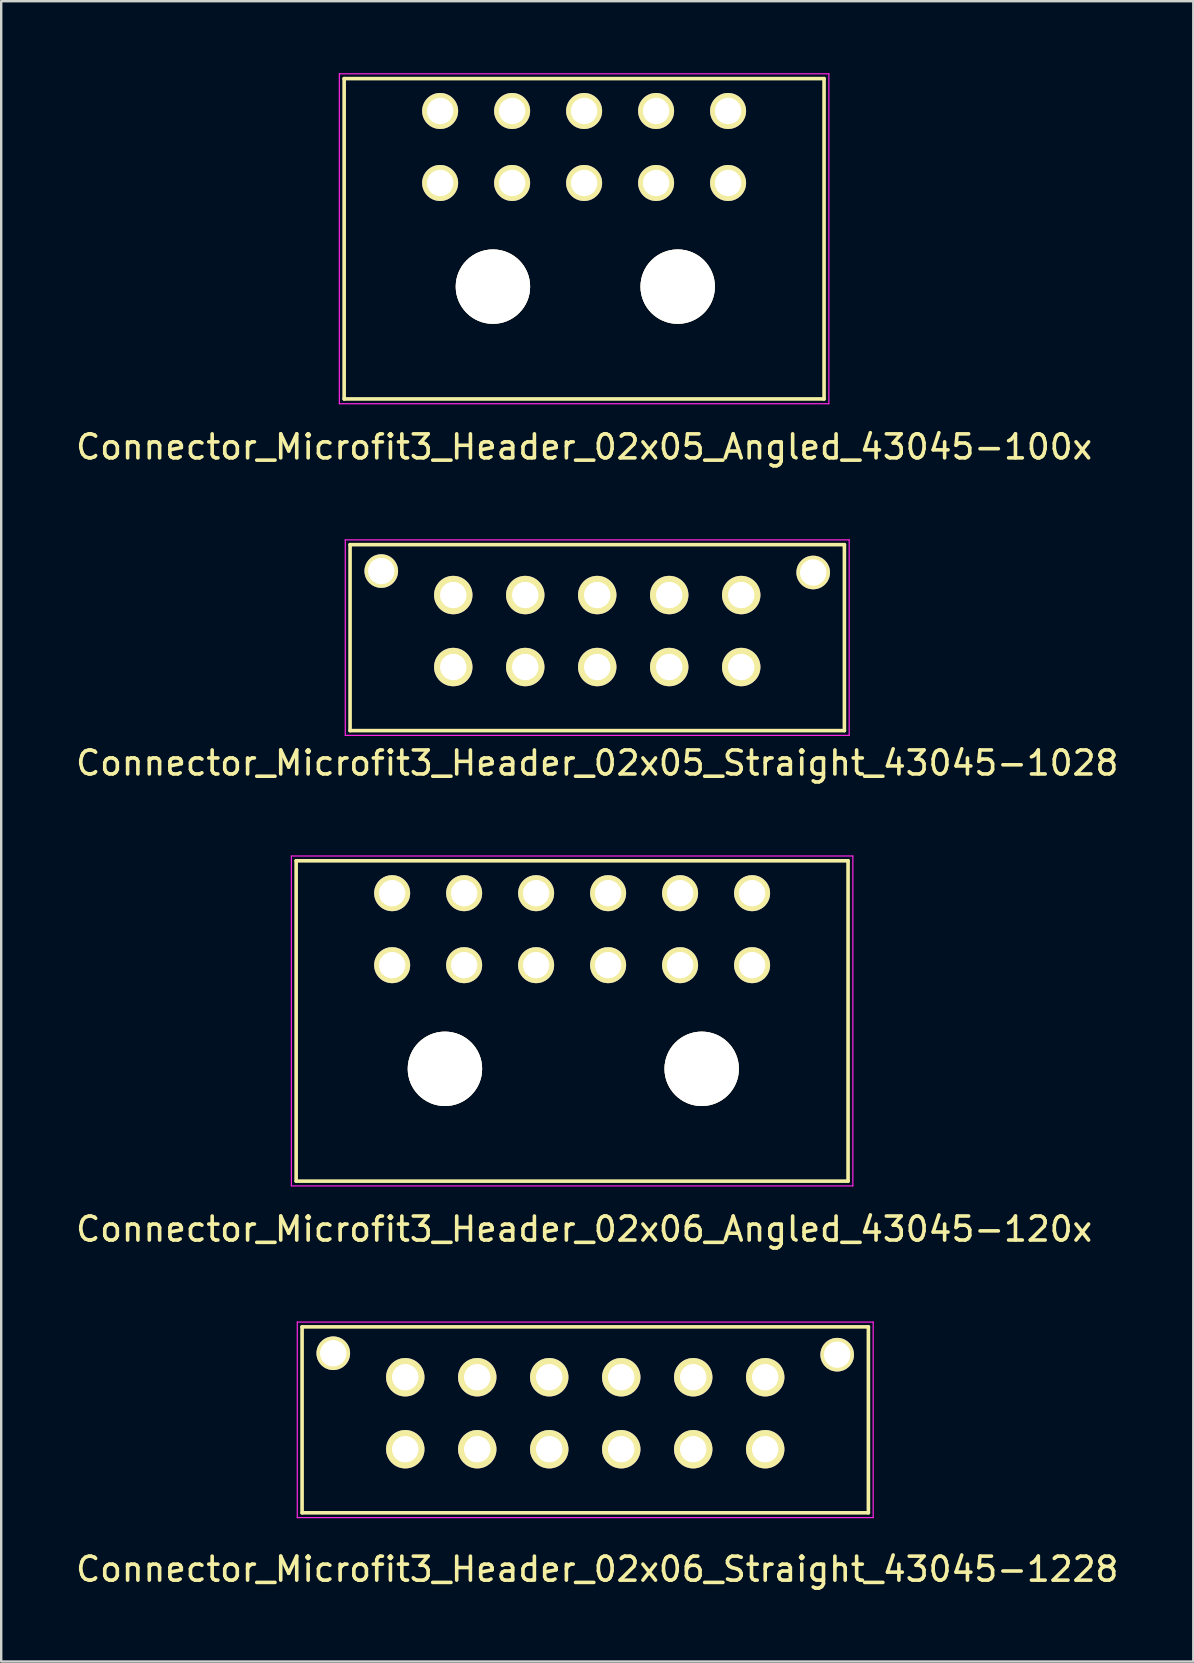
<source format=kicad_pcb>
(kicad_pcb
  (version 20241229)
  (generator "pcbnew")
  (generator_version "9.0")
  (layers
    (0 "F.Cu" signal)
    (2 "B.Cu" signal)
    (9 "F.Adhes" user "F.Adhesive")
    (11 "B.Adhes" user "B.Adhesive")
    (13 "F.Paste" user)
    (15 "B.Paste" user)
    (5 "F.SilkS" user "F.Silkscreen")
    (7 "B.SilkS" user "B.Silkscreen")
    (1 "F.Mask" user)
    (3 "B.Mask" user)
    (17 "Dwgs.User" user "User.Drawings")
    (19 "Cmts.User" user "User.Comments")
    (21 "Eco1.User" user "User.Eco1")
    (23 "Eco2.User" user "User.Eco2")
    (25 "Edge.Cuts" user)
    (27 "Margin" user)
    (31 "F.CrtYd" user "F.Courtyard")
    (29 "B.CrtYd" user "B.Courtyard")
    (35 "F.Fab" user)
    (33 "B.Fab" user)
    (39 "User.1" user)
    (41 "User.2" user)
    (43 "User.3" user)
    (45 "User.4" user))
  (footprint "Connector_Microfit3_Header_02x06_Angled_43045-120x"
    (layer "F.Cu")
    (at 28.292 37.172)
    (property "Reference" "Connector_Microfit3_Header_02x06_Angled_43045-120x" (at -7 11 0) (layer "F.SilkS") (effects (font (size 1 1) (thickness 0.15))))
    (attr through_hole)
    (fp_line (start -19 -4.35) (end 4 -4.35) (stroke (width 0.15) (type solid)) (layer "F.SilkS"))
    (fp_line (start -19 9) (end -19 -4.35) (stroke (width 0.15) (type solid)) (layer "F.SilkS"))
    (fp_line (start 4 -4.35) (end 4 9) (stroke (width 0.15) (type solid)) (layer "F.SilkS"))
    (fp_line (start 4 9) (end -19 9) (stroke (width 0.15) (type solid)) (layer "F.SilkS"))
    (fp_line (start -19.2 -4.55) (end -19.2 9.2) (stroke (width 0.05) (type solid)) (layer "F.CrtYd"))
    (fp_line (start -19.2 9.2) (end 4.2 9.2) (stroke (width 0.05) (type solid)) (layer "F.CrtYd"))
    (fp_line (start 4.2 -4.55) (end -19.2 -4.55) (stroke (width 0.05) (type solid)) (layer "F.CrtYd"))
    (fp_line (start 4.2 9.2) (end 4.2 -4.55) (stroke (width 0.05) (type solid)) (layer "F.CrtYd"))
    (pad "" thru_hole circle (at -12.8 4.32) (size 3.1 3.1) (drill 3.1) (layers "*.Cu" "*.Mask" "F.SilkS"))
    (pad "" thru_hole circle (at -2.1 4.32) (size 3.1 3.1) (drill 3.1) (layers "*.Cu" "*.Mask" "F.SilkS"))
    (pad "1" thru_hole circle (at 0 0) (size 1.5 1.5) (drill 1.1) (layers "*.Cu" "*.Mask" "F.SilkS"))
    (pad "2" thru_hole circle (at -3 0) (size 1.5 1.5) (drill 1.1) (layers "*.Cu" "*.Mask" "F.SilkS"))
    (pad "3" thru_hole circle (at -6 0) (size 1.5 1.5) (drill 1.1) (layers "*.Cu" "*.Mask" "F.SilkS"))
    (pad "4" thru_hole circle (at -9 0) (size 1.5 1.5) (drill 1.1) (layers "*.Cu" "*.Mask" "F.SilkS"))
    (pad "5" thru_hole circle (at -12 0) (size 1.5 1.5) (drill 1.1) (layers "*.Cu" "*.Mask" "F.SilkS"))
    (pad "6" thru_hole circle (at -15 0) (size 1.5 1.5) (drill 1.1) (layers "*.Cu" "*.Mask" "F.SilkS"))
    (pad "7" thru_hole circle (at 0 -3) (size 1.5 1.5) (drill 1.1) (layers "*.Cu" "*.Mask" "F.SilkS"))
    (pad "8" thru_hole circle (at -3 -3) (size 1.5 1.5) (drill 1.1) (layers "*.Cu" "*.Mask" "F.SilkS"))
    (pad "9" thru_hole circle (at -6 -3) (size 1.5 1.5) (drill 1.1) (layers "*.Cu" "*.Mask" "F.SilkS"))
    (pad "10" thru_hole circle (at -9 -3) (size 1.5 1.5) (drill 1.1) (layers "*.Cu" "*.Mask" "F.SilkS"))
    (pad "11" thru_hole circle (at -12 -3) (size 1.5 1.5) (drill 1.1) (layers "*.Cu" "*.Mask" "F.SilkS"))
    (pad "12" thru_hole circle (at -15 -3) (size 1.5 1.5) (drill 1.1) (layers "*.Cu" "*.Mask" "F.SilkS")))
  (footprint "Connector_Microfit3_Header_02x06_Straight_43045-1228"
    (layer "F.Cu")
    (at 28.839 57.345)
    (property "Reference" "Connector_Microfit3_Header_02x06_Straight_43045-1228" (at -7 5 0) (layer "F.SilkS") (effects (font (size 1 1) (thickness 0.15))))
    (attr through_hole)
    (fp_line (start -19.3 2.65) (end -19.3 -5.1) (stroke (width 0.15) (type solid)) (layer "F.SilkS"))
    (fp_line (start 4.3 -5.1) (end -19.3 -5.1) (stroke (width 0.15) (type solid)) (layer "F.SilkS"))
    (fp_line (start 4.3 2.65) (end -19.3 2.65) (stroke (width 0.15) (type solid)) (layer "F.SilkS"))
    (fp_line (start 4.3 2.65) (end 4.3 -5.1) (stroke (width 0.15) (type solid)) (layer "F.SilkS"))
    (fp_line (start -19.5 2.85) (end -19.5 -5.3) (stroke (width 0.05) (type solid)) (layer "F.CrtYd"))
    (fp_line (start 4.5 -5.3) (end -19.5 -5.3) (stroke (width 0.05) (type solid)) (layer "F.CrtYd"))
    (fp_line (start 4.5 2.85) (end -19.5 2.85) (stroke (width 0.05) (type solid)) (layer "F.CrtYd"))
    (fp_line (start 4.5 2.85) (end 4.5 -5.3) (stroke (width 0.05) (type solid)) (layer "F.CrtYd"))
    (pad "" thru_hole circle (at -18 -4) (size 1.4 1.4) (drill 1.1) (layers "*.Cu" "*.Mask" "F.SilkS"))
    (pad "" thru_hole circle (at 3 -3.94) (size 1.4 1.4) (drill 1.1) (layers "*.Cu" "*.Mask" "F.SilkS"))
    (pad "1" thru_hole circle (at 0 0) (size 1.6 1.6) (drill 1.1) (layers "*.Cu" "*.Mask" "F.SilkS"))
    (pad "2" thru_hole circle (at -3 0) (size 1.6 1.6) (drill 1.1) (layers "*.Cu" "*.Mask" "F.SilkS"))
    (pad "3" thru_hole circle (at -6 0) (size 1.6 1.6) (drill 1.1) (layers "*.Cu" "*.Mask" "F.SilkS"))
    (pad "4" thru_hole circle (at -9 0) (size 1.6 1.6) (drill 1.1) (layers "*.Cu" "*.Mask" "F.SilkS"))
    (pad "5" thru_hole circle (at -12 0) (size 1.6 1.6) (drill 1.1) (layers "*.Cu" "*.Mask" "F.SilkS"))
    (pad "6" thru_hole circle (at -15 0) (size 1.6 1.6) (drill 1.1) (layers "*.Cu" "*.Mask" "F.SilkS"))
    (pad "7" thru_hole circle (at 0 -3) (size 1.6 1.6) (drill 1.1) (layers "*.Cu" "*.Mask" "F.SilkS"))
    (pad "8" thru_hole circle (at -3 -3) (size 1.6 1.6) (drill 1.1) (layers "*.Cu" "*.Mask" "F.SilkS"))
    (pad "9" thru_hole circle (at -6 -3) (size 1.6 1.6) (drill 1.1) (layers "*.Cu" "*.Mask" "F.SilkS"))
    (pad "10" thru_hole circle (at -9 -3) (size 1.6 1.6) (drill 1.1) (layers "*.Cu" "*.Mask" "F.SilkS"))
    (pad "11" thru_hole circle (at -12 -3) (size 1.6 1.6) (drill 1.1) (layers "*.Cu" "*.Mask" "F.SilkS"))
    (pad "12" thru_hole circle (at -15 -3) (size 1.6 1.6) (drill 1.1) (layers "*.Cu" "*.Mask" "F.SilkS")))
  (footprint "Connector_Microfit3_Header_02x05_Angled_43045-100x"
    (layer "F.Cu")
    (at 27.292 4.575)
    (property "Reference" "Connector_Microfit3_Header_02x05_Angled_43045-100x" (at -6 11 0) (layer "F.SilkS") (effects (font (size 1 1) (thickness 0.15))))
    (attr through_hole)
    (fp_line (start -16 -4.35) (end 4 -4.35) (stroke (width 0.15) (type solid)) (layer "F.SilkS"))
    (fp_line (start -16 9) (end -16 -4.35) (stroke (width 0.15) (type solid)) (layer "F.SilkS"))
    (fp_line (start 4 -4.35) (end 4 9) (stroke (width 0.15) (type solid)) (layer "F.SilkS"))
    (fp_line (start 4 9) (end -16 9) (stroke (width 0.15) (type solid)) (layer "F.SilkS"))
    (fp_line (start -16.2 -4.55) (end -16.2 9.2) (stroke (width 0.05) (type solid)) (layer "F.CrtYd"))
    (fp_line (start -16.2 9.2) (end 4.2 9.2) (stroke (width 0.05) (type solid)) (layer "F.CrtYd"))
    (fp_line (start 4.2 -4.55) (end -16.2 -4.55) (stroke (width 0.05) (type solid)) (layer "F.CrtYd"))
    (fp_line (start 4.2 9.2) (end 4.2 -4.55) (stroke (width 0.05) (type solid)) (layer "F.CrtYd"))
    (pad "" thru_hole circle (at -9.8 4.32) (size 3.1 3.1) (drill 3.1) (layers "*.Cu" "*.Mask" "F.SilkS"))
    (pad "" thru_hole circle (at -2.1 4.32) (size 3.1 3.1) (drill 3.1) (layers "*.Cu" "*.Mask" "F.SilkS"))
    (pad "1" thru_hole circle (at 0 0) (size 1.5 1.5) (drill 1.1) (layers "*.Cu" "*.Mask" "F.SilkS"))
    (pad "2" thru_hole circle (at -3 0) (size 1.5 1.5) (drill 1.1) (layers "*.Cu" "*.Mask" "F.SilkS"))
    (pad "3" thru_hole circle (at -6 0) (size 1.5 1.5) (drill 1.1) (layers "*.Cu" "*.Mask" "F.SilkS"))
    (pad "4" thru_hole circle (at -9 0) (size 1.5 1.5) (drill 1.1) (layers "*.Cu" "*.Mask" "F.SilkS"))
    (pad "5" thru_hole circle (at -12 0) (size 1.5 1.5) (drill 1.1) (layers "*.Cu" "*.Mask" "F.SilkS"))
    (pad "6" thru_hole circle (at 0 -3) (size 1.5 1.5) (drill 1.1) (layers "*.Cu" "*.Mask" "F.SilkS"))
    (pad "7" thru_hole circle (at -3 -3) (size 1.5 1.5) (drill 1.1) (layers "*.Cu" "*.Mask" "F.SilkS"))
    (pad "8" thru_hole circle (at -6 -3) (size 1.5 1.5) (drill 1.1) (layers "*.Cu" "*.Mask" "F.SilkS"))
    (pad "9" thru_hole circle (at -9 -3) (size 1.5 1.5) (drill 1.1) (layers "*.Cu" "*.Mask" "F.SilkS"))
    (pad "10" thru_hole circle (at -12 -3) (size 1.5 1.5) (drill 1.1) (layers "*.Cu" "*.Mask" "F.SilkS")))
  (footprint "Connector_Microfit3_Header_02x05_Straight_43045-1028"
    (layer "F.Cu")
    (at 27.839 24.748)
    (property "Reference" "Connector_Microfit3_Header_02x05_Straight_43045-1028" (at -6 4 0) (layer "F.SilkS") (effects (font (size 1 1) (thickness 0.15))))
    (attr through_hole)
    (fp_line (start -16.3 2.65) (end -16.3 -5.1) (stroke (width 0.15) (type solid)) (layer "F.SilkS"))
    (fp_line (start 4.3 -5.1) (end -16.3 -5.1) (stroke (width 0.15) (type solid)) (layer "F.SilkS"))
    (fp_line (start 4.3 2.65) (end -16.3 2.65) (stroke (width 0.15) (type solid)) (layer "F.SilkS"))
    (fp_line (start 4.3 2.65) (end 4.3 -5.1) (stroke (width 0.15) (type solid)) (layer "F.SilkS"))
    (fp_line (start -16.5 2.85) (end -16.5 -5.3) (stroke (width 0.05) (type solid)) (layer "F.CrtYd"))
    (fp_line (start 4.5 -5.3) (end -16.5 -5.3) (stroke (width 0.05) (type solid)) (layer "F.CrtYd"))
    (fp_line (start 4.5 2.85) (end -16.5 2.85) (stroke (width 0.05) (type solid)) (layer "F.CrtYd"))
    (fp_line (start 4.5 2.85) (end 4.5 -5.3) (stroke (width 0.05) (type solid)) (layer "F.CrtYd"))
    (pad "" thru_hole circle (at -15 -4) (size 1.4 1.4) (drill 1.1) (layers "*.Cu" "*.Mask" "F.SilkS"))
    (pad "" thru_hole circle (at 3 -3.94) (size 1.4 1.4) (drill 1.1) (layers "*.Cu" "*.Mask" "F.SilkS"))
    (pad "1" thru_hole circle (at 0 0) (size 1.6 1.6) (drill 1.1) (layers "*.Cu" "*.Mask" "F.SilkS"))
    (pad "2" thru_hole circle (at -3 0) (size 1.6 1.6) (drill 1.1) (layers "*.Cu" "*.Mask" "F.SilkS"))
    (pad "3" thru_hole circle (at -6 0) (size 1.6 1.6) (drill 1.1) (layers "*.Cu" "*.Mask" "F.SilkS"))
    (pad "4" thru_hole circle (at -9 0) (size 1.6 1.6) (drill 1.1) (layers "*.Cu" "*.Mask" "F.SilkS"))
    (pad "5" thru_hole circle (at -12 0) (size 1.6 1.6) (drill 1.1) (layers "*.Cu" "*.Mask" "F.SilkS"))
    (pad "6" thru_hole circle (at 0 -3) (size 1.6 1.6) (drill 1.1) (layers "*.Cu" "*.Mask" "F.SilkS"))
    (pad "7" thru_hole circle (at -3 -3) (size 1.6 1.6) (drill 1.1) (layers "*.Cu" "*.Mask" "F.SilkS"))
    (pad "8" thru_hole circle (at -6 -3) (size 1.6 1.6) (drill 1.1) (layers "*.Cu" "*.Mask" "F.SilkS"))
    (pad "9" thru_hole circle (at -9 -3) (size 1.6 1.6) (drill 1.1) (layers "*.Cu" "*.Mask" "F.SilkS"))
    (pad "10" thru_hole circle (at -12 -3) (size 1.6 1.6) (drill 1.1) (layers "*.Cu" "*.Mask" "F.SilkS")))
  (gr_rect
    (start -3 -3)
    (end 46.679 66.193)
    (stroke (width 0.1) (type default))
    (fill no)
    (layer "Edge.Cuts")))
</source>
